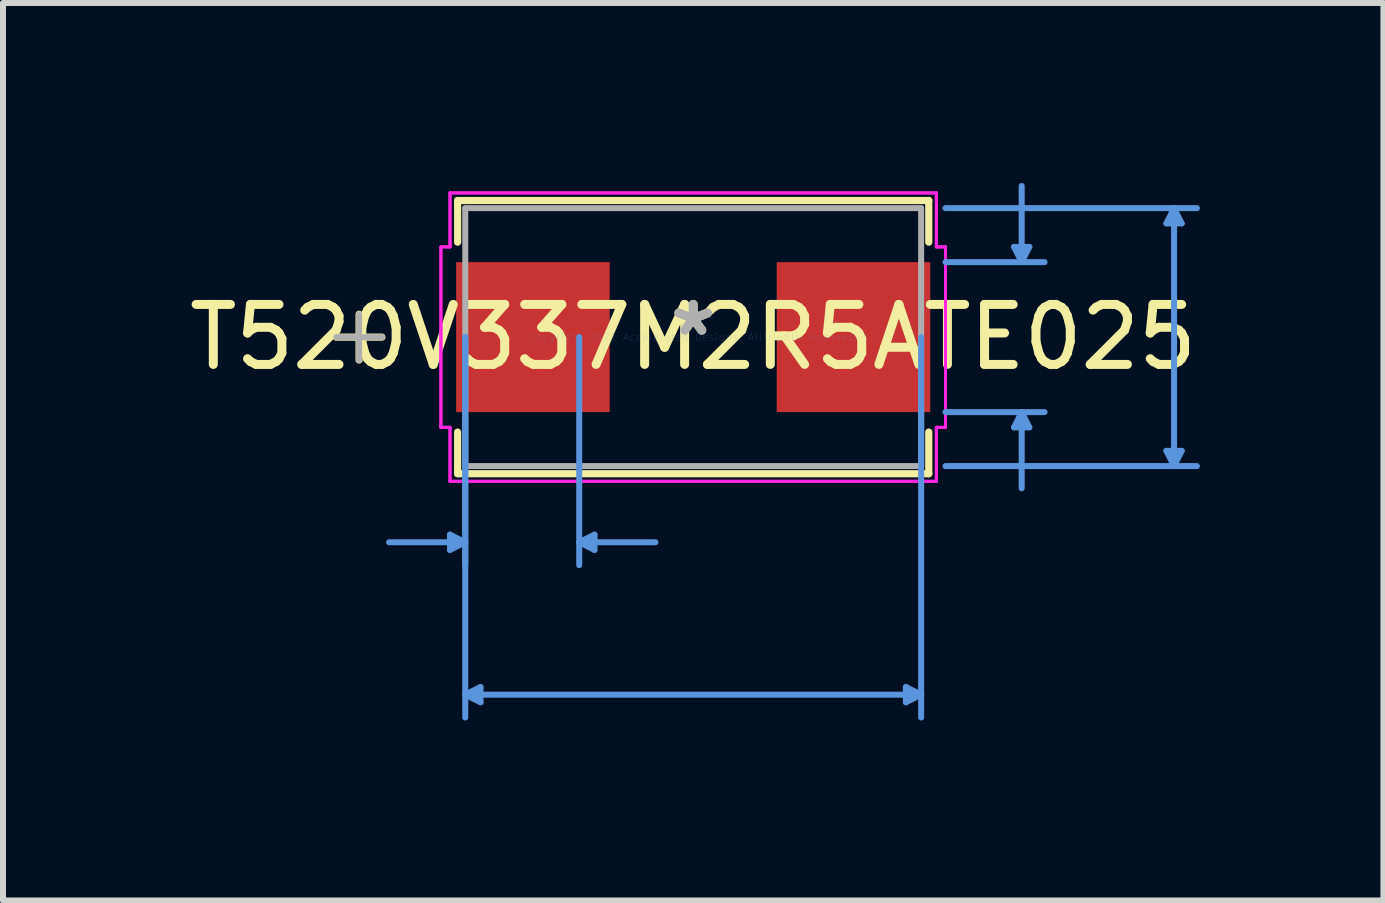
<source format=kicad_pcb>
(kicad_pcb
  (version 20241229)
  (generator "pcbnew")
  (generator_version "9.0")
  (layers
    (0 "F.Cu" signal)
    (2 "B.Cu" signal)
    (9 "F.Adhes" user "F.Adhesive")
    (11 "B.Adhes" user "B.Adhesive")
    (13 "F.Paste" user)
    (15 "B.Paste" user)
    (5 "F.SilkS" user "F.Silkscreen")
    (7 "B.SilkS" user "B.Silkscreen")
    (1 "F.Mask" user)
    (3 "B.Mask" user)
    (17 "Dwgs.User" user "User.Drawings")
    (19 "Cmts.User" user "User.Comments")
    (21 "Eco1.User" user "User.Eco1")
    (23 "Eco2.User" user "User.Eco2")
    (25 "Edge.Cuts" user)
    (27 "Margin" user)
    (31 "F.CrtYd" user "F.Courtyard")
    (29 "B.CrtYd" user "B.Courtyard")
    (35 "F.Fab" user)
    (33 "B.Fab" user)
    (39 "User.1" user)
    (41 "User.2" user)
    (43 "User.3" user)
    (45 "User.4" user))
  (footprint "T520V337M2R5ATE025"
    (layer "F.Cu")
    (at 8.506 2.57)
    (property "Reference" "T520V337M2R5ATE025" (at 0 0 0) (layer "F.SilkS") (effects (font (size 1 1) (thickness 0.15))))
    (attr through_hole)
    (fp_line (start -5.57 -0.381) (end -5.57 0.381) (stroke (width 0.12) (type solid)) (layer "F.SilkS"))
    (fp_line (start -5.189 0) (end -5.951 0) (stroke (width 0.12) (type solid)) (layer "F.SilkS"))
    (fp_line (start -3.927 -2.277) (end -3.927 -1.583) (stroke (width 0.12) (type solid)) (layer "F.SilkS"))
    (fp_line (start -3.927 1.583) (end -3.927 2.277) (stroke (width 0.12) (type solid)) (layer "F.SilkS"))
    (fp_line (start -3.927 2.277) (end 3.927 2.277) (stroke (width 0.12) (type solid)) (layer "F.SilkS"))
    (fp_line (start 3.927 -2.277) (end -3.927 -2.277) (stroke (width 0.12) (type solid)) (layer "F.SilkS"))
    (fp_line (start 3.927 -1.583) (end 3.927 -2.277) (stroke (width 0.12) (type solid)) (layer "F.SilkS"))
    (fp_line (start 3.927 2.277) (end 3.927 1.583) (stroke (width 0.12) (type solid)) (layer "F.SilkS"))
    (fp_line (start -4.054 3.293) (end -4.054 3.547) (stroke (width 0.1) (type solid)) (layer "Cmts.User"))
    (fp_line (start -3.8 0) (end -3.8 3.801) (stroke (width 0.1) (type solid)) (layer "Cmts.User"))
    (fp_line (start -3.8 0) (end -3.8 6.341) (stroke (width 0.1) (type solid)) (layer "Cmts.User"))
    (fp_line (start -3.8 3.42) (end -5.07 3.42) (stroke (width 0.1) (type solid)) (layer "Cmts.User"))
    (fp_line (start -3.8 3.42) (end -4.054 3.293) (stroke (width 0.1) (type solid)) (layer "Cmts.User"))
    (fp_line (start -3.8 3.42) (end -4.054 3.547) (stroke (width 0.1) (type solid)) (layer "Cmts.User"))
    (fp_line (start -3.8 5.96) (end -3.546 5.833) (stroke (width 0.1) (type solid)) (layer "Cmts.User"))
    (fp_line (start -3.8 5.96) (end -3.546 6.087) (stroke (width 0.1) (type solid)) (layer "Cmts.User"))
    (fp_line (start -3.8 5.96) (end 3.8 5.96) (stroke (width 0.1) (type solid)) (layer "Cmts.User"))
    (fp_line (start -3.546 5.833) (end -3.546 6.087) (stroke (width 0.1) (type solid)) (layer "Cmts.User"))
    (fp_line (start -1.9 0) (end -1.9 3.801) (stroke (width 0.1) (type solid)) (layer "Cmts.User"))
    (fp_line (start -1.9 3.42) (end -1.646 3.293) (stroke (width 0.1) (type solid)) (layer "Cmts.User"))
    (fp_line (start -1.9 3.42) (end -1.646 3.547) (stroke (width 0.1) (type solid)) (layer "Cmts.User"))
    (fp_line (start -1.9 3.42) (end -0.63 3.42) (stroke (width 0.1) (type solid)) (layer "Cmts.User"))
    (fp_line (start -1.646 3.293) (end -1.646 3.547) (stroke (width 0.1) (type solid)) (layer "Cmts.User"))
    (fp_line (start 3.546 5.833) (end 3.546 6.087) (stroke (width 0.1) (type solid)) (layer "Cmts.User"))
    (fp_line (start 3.8 0) (end 3.8 6.341) (stroke (width 0.1) (type solid)) (layer "Cmts.User"))
    (fp_line (start 3.8 5.96) (end 3.546 5.833) (stroke (width 0.1) (type solid)) (layer "Cmts.User"))
    (fp_line (start 3.8 5.96) (end 3.546 6.087) (stroke (width 0.1) (type solid)) (layer "Cmts.User"))
    (fp_line (start 4.206 -2.15) (end 8.397 -2.15) (stroke (width 0.1) (type solid)) (layer "Cmts.User"))
    (fp_line (start 4.206 -1.25) (end 5.857 -1.25) (stroke (width 0.1) (type solid)) (layer "Cmts.User"))
    (fp_line (start 4.206 1.25) (end 5.857 1.25) (stroke (width 0.1) (type solid)) (layer "Cmts.User"))
    (fp_line (start 4.206 2.15) (end 8.397 2.15) (stroke (width 0.1) (type solid)) (layer "Cmts.User"))
    (fp_line (start 5.349 -1.504) (end 5.603 -1.504) (stroke (width 0.1) (type solid)) (layer "Cmts.User"))
    (fp_line (start 5.349 1.504) (end 5.603 1.504) (stroke (width 0.1) (type solid)) (layer "Cmts.User"))
    (fp_line (start 5.476 -1.25) (end 5.349 -1.504) (stroke (width 0.1) (type solid)) (layer "Cmts.User"))
    (fp_line (start 5.476 -1.25) (end 5.476 -2.52) (stroke (width 0.1) (type solid)) (layer "Cmts.User"))
    (fp_line (start 5.476 -1.25) (end 5.603 -1.504) (stroke (width 0.1) (type solid)) (layer "Cmts.User"))
    (fp_line (start 5.476 1.25) (end 5.349 1.504) (stroke (width 0.1) (type solid)) (layer "Cmts.User"))
    (fp_line (start 5.476 1.25) (end 5.476 2.52) (stroke (width 0.1) (type solid)) (layer "Cmts.User"))
    (fp_line (start 5.476 1.25) (end 5.603 1.504) (stroke (width 0.1) (type solid)) (layer "Cmts.User"))
    (fp_line (start 7.889 -1.896) (end 8.143 -1.896) (stroke (width 0.1) (type solid)) (layer "Cmts.User"))
    (fp_line (start 7.889 1.896) (end 8.143 1.896) (stroke (width 0.1) (type solid)) (layer "Cmts.User"))
    (fp_line (start 8.016 -2.15) (end 7.889 -1.896) (stroke (width 0.1) (type solid)) (layer "Cmts.User"))
    (fp_line (start 8.016 -2.15) (end 8.016 2.15) (stroke (width 0.1) (type solid)) (layer "Cmts.User"))
    (fp_line (start 8.016 -2.15) (end 8.143 -1.896) (stroke (width 0.1) (type solid)) (layer "Cmts.User"))
    (fp_line (start 8.016 2.15) (end 7.889 1.896) (stroke (width 0.1) (type solid)) (layer "Cmts.User"))
    (fp_line (start 8.016 2.15) (end 8.143 1.896) (stroke (width 0.1) (type solid)) (layer "Cmts.User"))
    (fp_line (start -4.206 -1.504) (end -4.054 -1.504) (stroke (width 0.05) (type solid)) (layer "F.CrtYd"))
    (fp_line (start -4.206 -1.504) (end -4.054 -1.504) (stroke (width 0.05) (type solid)) (layer "F.CrtYd"))
    (fp_line (start -4.206 1.504) (end -4.206 -1.504) (stroke (width 0.05) (type solid)) (layer "F.CrtYd"))
    (fp_line (start -4.206 1.504) (end -4.206 -1.504) (stroke (width 0.05) (type solid)) (layer "F.CrtYd"))
    (fp_line (start -4.054 -2.404) (end 4.054 -2.404) (stroke (width 0.05) (type solid)) (layer "F.CrtYd"))
    (fp_line (start -4.054 -2.404) (end 4.054 -2.404) (stroke (width 0.05) (type solid)) (layer "F.CrtYd"))
    (fp_line (start -4.054 -1.504) (end -4.054 -2.404) (stroke (width 0.05) (type solid)) (layer "F.CrtYd"))
    (fp_line (start -4.054 -1.504) (end -4.054 -2.404) (stroke (width 0.05) (type solid)) (layer "F.CrtYd"))
    (fp_line (start -4.054 1.504) (end -4.206 1.504) (stroke (width 0.05) (type solid)) (layer "F.CrtYd"))
    (fp_line (start -4.054 1.504) (end -4.206 1.504) (stroke (width 0.05) (type solid)) (layer "F.CrtYd"))
    (fp_line (start -4.054 2.404) (end -4.054 1.504) (stroke (width 0.05) (type solid)) (layer "F.CrtYd"))
    (fp_line (start -4.054 2.404) (end -4.054 1.504) (stroke (width 0.05) (type solid)) (layer "F.CrtYd"))
    (fp_line (start 4.054 -2.404) (end 4.054 -1.504) (stroke (width 0.05) (type solid)) (layer "F.CrtYd"))
    (fp_line (start 4.054 -2.404) (end 4.054 -1.504) (stroke (width 0.05) (type solid)) (layer "F.CrtYd"))
    (fp_line (start 4.054 -1.504) (end 4.206 -1.504) (stroke (width 0.05) (type solid)) (layer "F.CrtYd"))
    (fp_line (start 4.054 -1.504) (end 4.206 -1.504) (stroke (width 0.05) (type solid)) (layer "F.CrtYd"))
    (fp_line (start 4.054 1.504) (end 4.054 2.404) (stroke (width 0.05) (type solid)) (layer "F.CrtYd"))
    (fp_line (start 4.054 1.504) (end 4.054 2.404) (stroke (width 0.05) (type solid)) (layer "F.CrtYd"))
    (fp_line (start 4.054 2.404) (end -4.054 2.404) (stroke (width 0.05) (type solid)) (layer "F.CrtYd"))
    (fp_line (start 4.054 2.404) (end -4.054 2.404) (stroke (width 0.05) (type solid)) (layer "F.CrtYd"))
    (fp_line (start 4.206 -1.504) (end 4.206 1.504) (stroke (width 0.05) (type solid)) (layer "F.CrtYd"))
    (fp_line (start 4.206 -1.504) (end 4.206 1.504) (stroke (width 0.05) (type solid)) (layer "F.CrtYd"))
    (fp_line (start 4.206 1.504) (end 4.054 1.504) (stroke (width 0.05) (type solid)) (layer "F.CrtYd"))
    (fp_line (start 4.206 1.504) (end 4.054 1.504) (stroke (width 0.05) (type solid)) (layer "F.CrtYd"))
    (fp_line (start -5.57 -0.381) (end -5.57 0.381) (stroke (width 0.1) (type solid)) (layer "F.Fab"))
    (fp_line (start -5.189 0) (end -5.951 0) (stroke (width 0.1) (type solid)) (layer "F.Fab"))
    (fp_line (start -3.8 -2.15) (end -3.8 2.15) (stroke (width 0.1) (type solid)) (layer "F.Fab"))
    (fp_line (start -3.8 2.15) (end 3.8 2.15) (stroke (width 0.1) (type solid)) (layer "F.Fab"))
    (fp_line (start 3.8 -2.15) (end -3.8 -2.15) (stroke (width 0.1) (type solid)) (layer "F.Fab"))
    (fp_line (start 3.8 2.15) (end 3.8 -2.15) (stroke (width 0.1) (type solid)) (layer "F.Fab"))
    (fp_text user "*" (at 0 0 0) (layer "F.SilkS") (effects (font (size 1 1) (thickness 0.15))))
    (fp_text user "Copyright 2021 Accelerated Designs. All rights reserved." (at 0 0 0) (layer "Cmts.User") (effects (font (size 0.127 0.127) (thickness 0.002))))
    (fp_text user "*" (at 0 0 0) (layer "F.Fab") (effects (font (size 1 1) (thickness 0.15))))
    (pad "1" smd rect (at -2.672 0 90) (size 2.5 2.56) (layers "F.Cu" "F.Mask" "F.Paste"))
    (pad "2" smd rect (at 2.672 0 90) (size 2.5 2.56) (layers "F.Cu" "F.Mask" "F.Paste")))
  (gr_rect
    (start -3 -3)
    (end 20.012 11.961)
    (stroke (width 0.1) (type default))
    (fill no)
    (layer "Edge.Cuts")))
</source>
